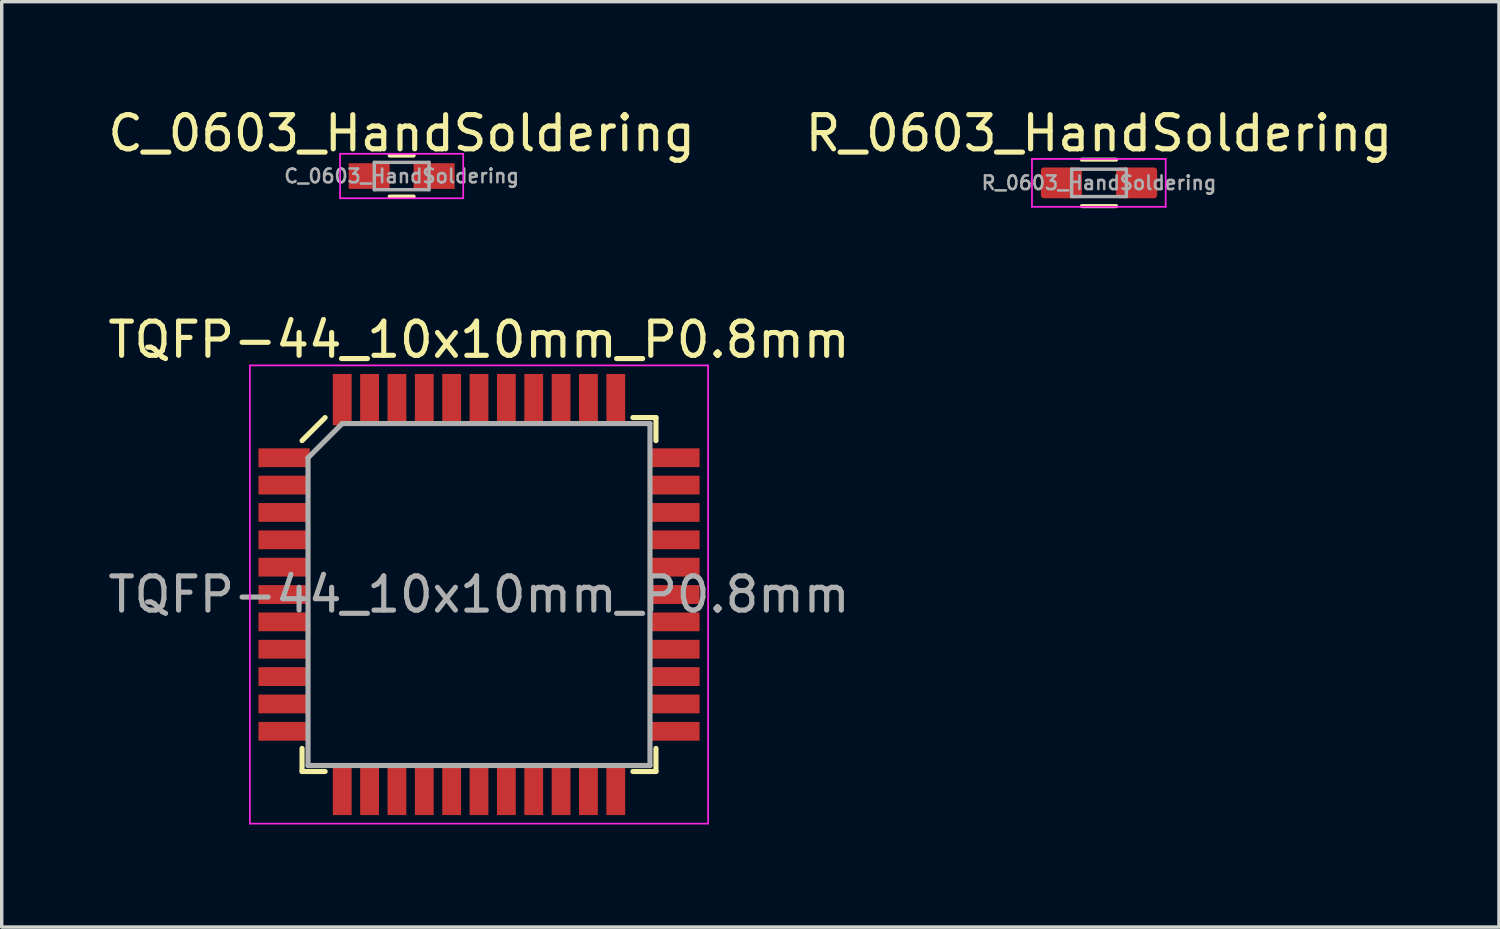
<source format=kicad_pcb>
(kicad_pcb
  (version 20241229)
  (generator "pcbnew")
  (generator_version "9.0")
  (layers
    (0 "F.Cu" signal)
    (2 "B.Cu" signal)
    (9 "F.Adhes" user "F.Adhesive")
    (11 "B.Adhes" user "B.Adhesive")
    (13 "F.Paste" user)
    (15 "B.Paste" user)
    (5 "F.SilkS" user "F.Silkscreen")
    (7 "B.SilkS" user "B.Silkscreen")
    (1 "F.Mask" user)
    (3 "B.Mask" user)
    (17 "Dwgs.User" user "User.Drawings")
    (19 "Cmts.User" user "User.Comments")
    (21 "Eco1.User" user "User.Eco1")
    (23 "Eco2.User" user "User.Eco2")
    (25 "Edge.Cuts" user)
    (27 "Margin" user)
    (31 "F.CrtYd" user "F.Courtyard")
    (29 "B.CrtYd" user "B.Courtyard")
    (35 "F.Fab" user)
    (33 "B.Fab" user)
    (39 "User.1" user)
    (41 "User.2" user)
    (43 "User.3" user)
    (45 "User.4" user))
  (footprint "R_0603_HandSoldering"
    (layer "F.Cu")
    (at 29.089 2.298)
    (property "Reference" "R_0603_HandSoldering" (at 0 -1.45 0) (layer "F.SilkS") (effects (font (size 1 1) (thickness 0.15))))
    (attr smd)
    (fp_line (start -0.5 -0.68) (end 0.5 -0.68) (stroke (width 0.12) (type solid)) (layer "F.SilkS"))
    (fp_line (start 0.5 0.68) (end -0.5 0.68) (stroke (width 0.12) (type solid)) (layer "F.SilkS"))
    (fp_line (start -1.96 -0.7) (end -1.96 0.7) (stroke (width 0.05) (type solid)) (layer "F.CrtYd"))
    (fp_line (start -1.96 -0.7) (end 1.95 -0.7) (stroke (width 0.05) (type solid)) (layer "F.CrtYd"))
    (fp_line (start 1.95 0.7) (end -1.96 0.7) (stroke (width 0.05) (type solid)) (layer "F.CrtYd"))
    (fp_line (start 1.95 0.7) (end 1.95 -0.7) (stroke (width 0.05) (type solid)) (layer "F.CrtYd"))
    (fp_line (start -0.8 -0.4) (end 0.8 -0.4) (stroke (width 0.1) (type solid)) (layer "F.Fab"))
    (fp_line (start -0.8 0.4) (end -0.8 -0.4) (stroke (width 0.1) (type solid)) (layer "F.Fab"))
    (fp_line (start 0.8 -0.4) (end 0.8 0.4) (stroke (width 0.1) (type solid)) (layer "F.Fab"))
    (fp_line (start 0.8 0.4) (end -0.8 0.4) (stroke (width 0.1) (type solid)) (layer "F.Fab"))
    (fp_text user "${REFERENCE}" (at 0 0 0) (layer "F.Fab") (effects (font (size 0.4 0.4) (thickness 0.075))))
    (pad "1" smd roundrect (at -1.1 0) (size 1.2 0.9) (layers "F.Cu" "F.Mask" "F.Paste") (roundrect_rratio 0.1))
    (pad "2" smd roundrect (at 1.1 0) (size 1.2 0.9) (layers "F.Cu" "F.Mask" "F.Paste") (roundrect_rratio 0.1)))
  (footprint "C_0603_HandSoldering"
    (layer "F.Cu")
    (at 8.696 2.098)
    (property "Reference" "C_0603_HandSoldering" (at 0 -1.25 0) (layer "F.SilkS") (effects (font (size 1 1) (thickness 0.15))))
    (attr smd)
    (fp_line (start -0.35 -0.6) (end 0.35 -0.6) (stroke (width 0.12) (type solid)) (layer "F.SilkS"))
    (fp_line (start 0.35 0.6) (end -0.35 0.6) (stroke (width 0.12) (type solid)) (layer "F.SilkS"))
    (fp_line (start -1.8 -0.65) (end -1.8 0.65) (stroke (width 0.05) (type solid)) (layer "F.CrtYd"))
    (fp_line (start -1.8 -0.65) (end 1.8 -0.65) (stroke (width 0.05) (type solid)) (layer "F.CrtYd"))
    (fp_line (start 1.8 0.65) (end -1.8 0.65) (stroke (width 0.05) (type solid)) (layer "F.CrtYd"))
    (fp_line (start 1.8 0.65) (end 1.8 -0.65) (stroke (width 0.05) (type solid)) (layer "F.CrtYd"))
    (fp_line (start -0.8 -0.4) (end 0.8 -0.4) (stroke (width 0.1) (type solid)) (layer "F.Fab"))
    (fp_line (start -0.8 0.4) (end -0.8 -0.4) (stroke (width 0.1) (type solid)) (layer "F.Fab"))
    (fp_line (start 0.8 -0.4) (end 0.8 0.4) (stroke (width 0.1) (type solid)) (layer "F.Fab"))
    (fp_line (start 0.8 0.4) (end -0.8 0.4) (stroke (width 0.1) (type solid)) (layer "F.Fab"))
    (fp_text user "${REFERENCE}" (at 0 0 0) (layer "F.Fab") (effects (font (size 0.4 0.4) (thickness 0.075))))
    (pad "1" smd rect (at -0.95 0) (size 1.2 0.75) (layers "F.Cu" "F.Mask" "F.Paste"))
    (pad "2" smd rect (at 0.95 0) (size 1.2 0.75) (layers "F.Cu" "F.Mask" "F.Paste")))
  (footprint "TQFP-44_10x10mm_P0.8mm"
    (layer "F.Cu")
    (at 10.958 14.336)
    (property "Reference" "TQFP-44_10x10mm_P0.8mm" (at 0 -7.45 0) (layer "F.SilkS") (effects (font (size 1 1) (thickness 0.15))))
    (attr smd)
    (fp_line (start -5.175 5.175) (end -5.175 4.5) (stroke (width 0.15) (type solid)) (layer "F.SilkS"))
    (fp_line (start -5.175 5.175) (end -4.5 5.175) (stroke (width 0.15) (type solid)) (layer "F.SilkS"))
    (fp_line (start -4.5 -5.175) (end -5.175 -4.5) (stroke (width 0.15) (type solid)) (layer "F.SilkS"))
    (fp_line (start 5.175 -5.175) (end 4.5 -5.175) (stroke (width 0.15) (type solid)) (layer "F.SilkS"))
    (fp_line (start 5.175 -5.175) (end 5.175 -4.5) (stroke (width 0.15) (type solid)) (layer "F.SilkS"))
    (fp_line (start 5.175 5.175) (end 4.5 5.175) (stroke (width 0.15) (type solid)) (layer "F.SilkS"))
    (fp_line (start 5.175 5.175) (end 5.175 4.5) (stroke (width 0.15) (type solid)) (layer "F.SilkS"))
    (fp_line (start -6.7 -6.7) (end -6.7 6.7) (stroke (width 0.05) (type solid)) (layer "F.CrtYd"))
    (fp_line (start -6.7 -6.7) (end 6.7 -6.7) (stroke (width 0.05) (type solid)) (layer "F.CrtYd"))
    (fp_line (start -6.7 6.7) (end 6.7 6.7) (stroke (width 0.05) (type solid)) (layer "F.CrtYd"))
    (fp_line (start 6.7 -6.7) (end 6.7 6.7) (stroke (width 0.05) (type solid)) (layer "F.CrtYd"))
    (fp_line (start -5 -4) (end -4 -5) (stroke (width 0.15) (type solid)) (layer "F.Fab"))
    (fp_line (start -5 5) (end -5 -4) (stroke (width 0.15) (type solid)) (layer "F.Fab"))
    (fp_line (start -4 -5) (end 5 -5) (stroke (width 0.15) (type solid)) (layer "F.Fab"))
    (fp_line (start 5 -5) (end 5 5) (stroke (width 0.15) (type solid)) (layer "F.Fab"))
    (fp_line (start 5 5) (end -5 5) (stroke (width 0.15) (type solid)) (layer "F.Fab"))
    (fp_text user "${REFERENCE}" (at 0 0 0) (layer "F.Fab") (effects (font (size 1 1) (thickness 0.15))))
    (pad "1" smd rect (at -5.7 -4) (size 1.5 0.55) (layers "F.Cu" "F.Mask" "F.Paste"))
    (pad "2" smd rect (at -5.7 -3.2) (size 1.5 0.55) (layers "F.Cu" "F.Mask" "F.Paste"))
    (pad "3" smd rect (at -5.7 -2.4) (size 1.5 0.55) (layers "F.Cu" "F.Mask" "F.Paste"))
    (pad "4" smd rect (at -5.7 -1.6) (size 1.5 0.55) (layers "F.Cu" "F.Mask" "F.Paste"))
    (pad "5" smd rect (at -5.7 -0.8) (size 1.5 0.55) (layers "F.Cu" "F.Mask" "F.Paste"))
    (pad "6" smd rect (at -5.7 0) (size 1.5 0.55) (layers "F.Cu" "F.Mask" "F.Paste"))
    (pad "7" smd rect (at -5.7 0.8) (size 1.5 0.55) (layers "F.Cu" "F.Mask" "F.Paste"))
    (pad "8" smd rect (at -5.7 1.6) (size 1.5 0.55) (layers "F.Cu" "F.Mask" "F.Paste"))
    (pad "9" smd rect (at -5.7 2.4) (size 1.5 0.55) (layers "F.Cu" "F.Mask" "F.Paste"))
    (pad "10" smd rect (at -5.7 3.2) (size 1.5 0.55) (layers "F.Cu" "F.Mask" "F.Paste"))
    (pad "11" smd rect (at -5.7 4) (size 1.5 0.55) (layers "F.Cu" "F.Mask" "F.Paste"))
    (pad "12" smd rect (at -4 5.7 90) (size 1.5 0.55) (layers "F.Cu" "F.Mask" "F.Paste"))
    (pad "13" smd rect (at -3.2 5.7 90) (size 1.5 0.55) (layers "F.Cu" "F.Mask" "F.Paste"))
    (pad "14" smd rect (at -2.4 5.7 90) (size 1.5 0.55) (layers "F.Cu" "F.Mask" "F.Paste"))
    (pad "15" smd rect (at -1.6 5.7 90) (size 1.5 0.55) (layers "F.Cu" "F.Mask" "F.Paste"))
    (pad "16" smd rect (at -0.8 5.7 90) (size 1.5 0.55) (layers "F.Cu" "F.Mask" "F.Paste"))
    (pad "17" smd rect (at 0 5.7 90) (size 1.5 0.55) (layers "F.Cu" "F.Mask" "F.Paste"))
    (pad "18" smd rect (at 0.8 5.7 90) (size 1.5 0.55) (layers "F.Cu" "F.Mask" "F.Paste"))
    (pad "19" smd rect (at 1.6 5.7 90) (size 1.5 0.55) (layers "F.Cu" "F.Mask" "F.Paste"))
    (pad "20" smd rect (at 2.4 5.7 90) (size 1.5 0.55) (layers "F.Cu" "F.Mask" "F.Paste"))
    (pad "21" smd rect (at 3.2 5.7 90) (size 1.5 0.55) (layers "F.Cu" "F.Mask" "F.Paste"))
    (pad "22" smd rect (at 4 5.7 90) (size 1.5 0.55) (layers "F.Cu" "F.Mask" "F.Paste"))
    (pad "23" smd rect (at 5.7 4) (size 1.5 0.55) (layers "F.Cu" "F.Mask" "F.Paste"))
    (pad "24" smd rect (at 5.7 3.2) (size 1.5 0.55) (layers "F.Cu" "F.Mask" "F.Paste"))
    (pad "25" smd rect (at 5.7 2.4) (size 1.5 0.55) (layers "F.Cu" "F.Mask" "F.Paste"))
    (pad "26" smd rect (at 5.7 1.6) (size 1.5 0.55) (layers "F.Cu" "F.Mask" "F.Paste"))
    (pad "27" smd rect (at 5.7 0.8) (size 1.5 0.55) (layers "F.Cu" "F.Mask" "F.Paste"))
    (pad "28" smd rect (at 5.7 0) (size 1.5 0.55) (layers "F.Cu" "F.Mask" "F.Paste"))
    (pad "29" smd rect (at 5.7 -0.8) (size 1.5 0.55) (layers "F.Cu" "F.Mask" "F.Paste"))
    (pad "30" smd rect (at 5.7 -1.6) (size 1.5 0.55) (layers "F.Cu" "F.Mask" "F.Paste"))
    (pad "31" smd rect (at 5.7 -2.4) (size 1.5 0.55) (layers "F.Cu" "F.Mask" "F.Paste"))
    (pad "32" smd rect (at 5.7 -3.2) (size 1.5 0.55) (layers "F.Cu" "F.Mask" "F.Paste"))
    (pad "33" smd rect (at 5.7 -4) (size 1.5 0.55) (layers "F.Cu" "F.Mask" "F.Paste"))
    (pad "34" smd rect (at 4 -5.7 90) (size 1.5 0.55) (layers "F.Cu" "F.Mask" "F.Paste"))
    (pad "35" smd rect (at 3.2 -5.7 90) (size 1.5 0.55) (layers "F.Cu" "F.Mask" "F.Paste"))
    (pad "36" smd rect (at 2.4 -5.7 90) (size 1.5 0.55) (layers "F.Cu" "F.Mask" "F.Paste"))
    (pad "37" smd rect (at 1.6 -5.7 90) (size 1.5 0.55) (layers "F.Cu" "F.Mask" "F.Paste"))
    (pad "38" smd rect (at 0.8 -5.7 90) (size 1.5 0.55) (layers "F.Cu" "F.Mask" "F.Paste"))
    (pad "39" smd rect (at 0 -5.7 90) (size 1.5 0.55) (layers "F.Cu" "F.Mask" "F.Paste"))
    (pad "40" smd rect (at -0.8 -5.7 90) (size 1.5 0.55) (layers "F.Cu" "F.Mask" "F.Paste"))
    (pad "41" smd rect (at -1.6 -5.7 90) (size 1.5 0.55) (layers "F.Cu" "F.Mask" "F.Paste"))
    (pad "42" smd rect (at -2.4 -5.7 90) (size 1.5 0.55) (layers "F.Cu" "F.Mask" "F.Paste"))
    (pad "43" smd rect (at -3.2 -5.7 90) (size 1.5 0.55) (layers "F.Cu" "F.Mask" "F.Paste"))
    (pad "44" smd rect (at -4 -5.7 90) (size 1.5 0.55) (layers "F.Cu" "F.Mask" "F.Paste")))
  (gr_rect
    (start -3 -3)
    (end 40.786 24.061)
    (stroke (width 0.1) (type default))
    (fill no)
    (layer "Edge.Cuts")))
</source>
